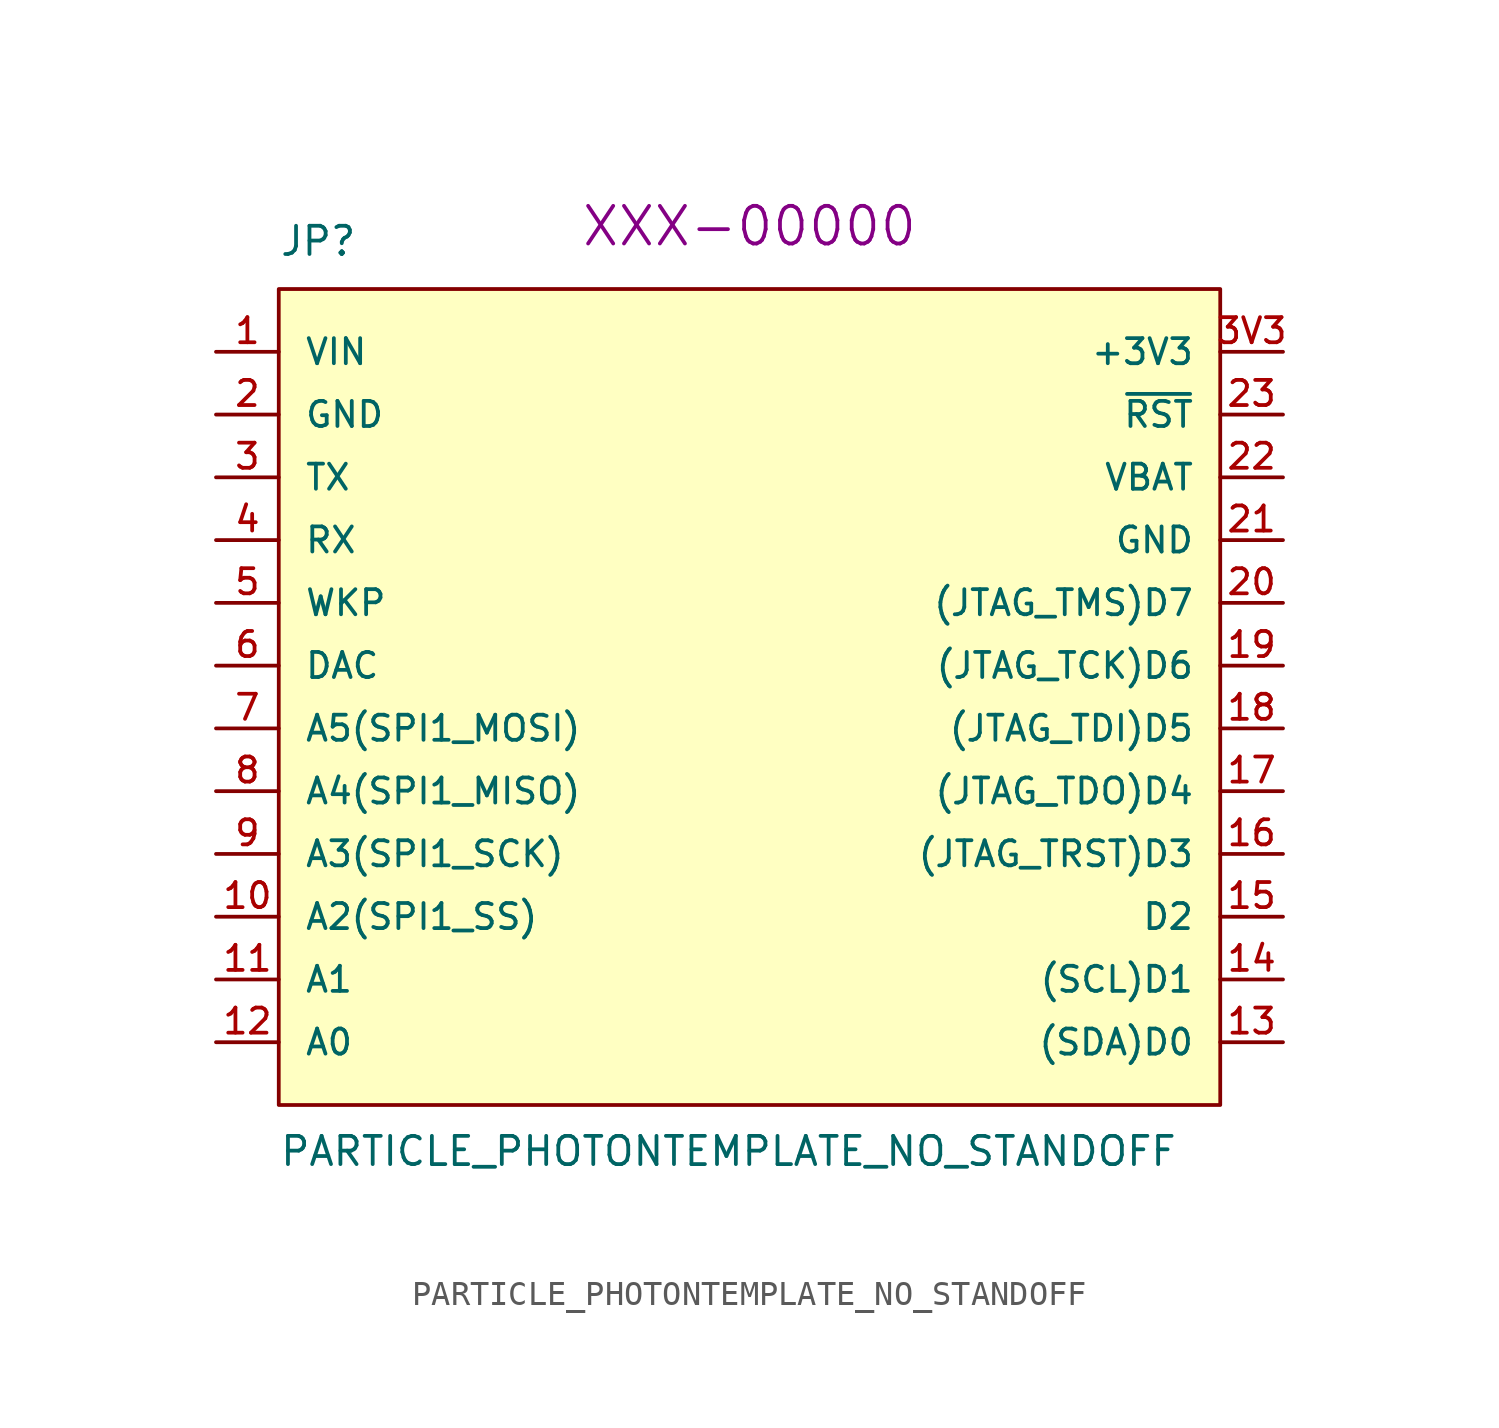
<source format=kicad_sym>
(kicad_symbol_lib
  (version 20211014)
  (generator kicad_symbol_editor)
  (symbol "PARTICLE_PHOTONTEMPLATE_NO_STANDOFF"
    (pin_names
      (offset 1.016))
    (property "Reference" "JP"
      (at -19.05 17.78 0)
      (effects (font (size 1.143 1.143)) (justify left bottom)))
    (property "Value" "PARTICLE_PHOTONTEMPLATE_NO_STANDOFF"
      (at -19.05 -19.05 0)
      (effects (font (size 1.143 1.143)) (justify left bottom)))
    (property "Field4" "XXX-00000"
      (at 0 19.05 0)
      (effects (font (size 1.524 1.524))))
    (property "ki_locked" ""
      (at 0 0 0)
      (effects (font (size 1.27 1.27))))
    (symbol "PARTICLE_PHOTONTEMPLATE_NO_STANDOFF_1_1"
      (polyline (pts (xy -19.05 16.51) (xy -19.05 -16.51) (xy 19.05 -16.51) (xy 19.05 16.51) (xy -19.05 16.51)) (stroke (width 0) (type default) (color 0 0 0 0)) (fill (type background)))
      (pin power_in line (at -21.59 13.97 0) (length 2.54) (name "VIN" (effects (font (size 1.016 1.016)))) (number "1" (effects (font (size 1.016 1.016)))))
      (pin bidirectional line (at -21.59 -8.89 0) (length 2.54) (name "A2(SPI1_SS)" (effects (font (size 1.016 1.016)))) (number "10" (effects (font (size 1.016 1.016)))))
      (pin bidirectional line (at -21.59 -11.43 0) (length 2.54) (name "A1" (effects (font (size 1.016 1.016)))) (number "11" (effects (font (size 1.016 1.016)))))
      (pin bidirectional line (at -21.59 -13.97 0) (length 2.54) (name "A0" (effects (font (size 1.016 1.016)))) (number "12" (effects (font (size 1.016 1.016)))))
      (pin bidirectional line (at 21.59 -13.97 180) (length 2.54) (name "(SDA)D0" (effects (font (size 1.016 1.016)))) (number "13" (effects (font (size 1.016 1.016)))))
      (pin bidirectional line (at 21.59 -11.43 180) (length 2.54) (name "(SCL)D1" (effects (font (size 1.016 1.016)))) (number "14" (effects (font (size 1.016 1.016)))))
      (pin bidirectional line (at 21.59 -8.89 180) (length 2.54) (name "D2" (effects (font (size 1.016 1.016)))) (number "15" (effects (font (size 1.016 1.016)))))
      (pin bidirectional line (at 21.59 -6.35 180) (length 2.54) (name "(JTAG_TRST)D3" (effects (font (size 1.016 1.016)))) (number "16" (effects (font (size 1.016 1.016)))))
      (pin bidirectional line (at 21.59 -3.81 180) (length 2.54) (name "(JTAG_TDO)D4" (effects (font (size 1.016 1.016)))) (number "17" (effects (font (size 1.016 1.016)))))
      (pin bidirectional line (at 21.59 -1.27 180) (length 2.54) (name "(JTAG_TDI)D5" (effects (font (size 1.016 1.016)))) (number "18" (effects (font (size 1.016 1.016)))))
      (pin bidirectional line (at 21.59 1.27 180) (length 2.54) (name "(JTAG_TCK)D6" (effects (font (size 1.016 1.016)))) (number "19" (effects (font (size 1.016 1.016)))))
      (pin power_in line (at -21.59 11.43 0) (length 2.54) (name "GND" (effects (font (size 1.016 1.016)))) (number "2" (effects (font (size 1.016 1.016)))))
      (pin bidirectional line (at 21.59 3.81 180) (length 2.54) (name "(JTAG_TMS)D7" (effects (font (size 1.016 1.016)))) (number "20" (effects (font (size 1.016 1.016)))))
      (pin power_in line (at 21.59 6.35 180) (length 2.54) (name "GND" (effects (font (size 1.016 1.016)))) (number "21" (effects (font (size 1.016 1.016)))))
      (pin power_in line (at 21.59 8.89 180) (length 2.54) (name "VBAT" (effects (font (size 1.016 1.016)))) (number "22" (effects (font (size 1.016 1.016)))))
      (pin bidirectional line (at 21.59 11.43 180) (length 2.54) (name "~{RST}" (effects (font (size 1.016 1.016)))) (number "23" (effects (font (size 1.016 1.016)))))
      (pin power_in line (at 21.59 13.97 180) (length 2.54) hide (name "+3V3" (effects (font (size 1.016 1.016)))) (number "24" (effects (font (size 1.016 1.016)))))
      (pin bidirectional line (at -21.59 8.89 0) (length 2.54) (name "TX" (effects (font (size 1.016 1.016)))) (number "3" (effects (font (size 1.016 1.016)))))
      (pin power_in line (at 21.59 13.97 180) (length 2.54) (name "+3V3" (effects (font (size 1.016 1.016)))) (number "3V3" (effects (font (size 1.016 1.016)))))
      (pin bidirectional line (at -21.59 6.35 0) (length 2.54) (name "RX" (effects (font (size 1.016 1.016)))) (number "4" (effects (font (size 1.016 1.016)))))
      (pin bidirectional line (at -21.59 3.81 0) (length 2.54) (name "WKP" (effects (font (size 1.016 1.016)))) (number "5" (effects (font (size 1.016 1.016)))))
      (pin bidirectional line (at -21.59 1.27 0) (length 2.54) (name "DAC" (effects (font (size 1.016 1.016)))) (number "6" (effects (font (size 1.016 1.016)))))
      (pin bidirectional line (at -21.59 -1.27 0) (length 2.54) (name "A5(SPI1_MOSI)" (effects (font (size 1.016 1.016)))) (number "7" (effects (font (size 1.016 1.016)))))
      (pin bidirectional line (at -21.59 -3.81 0) (length 2.54) (name "A4(SPI1_MISO)" (effects (font (size 1.016 1.016)))) (number "8" (effects (font (size 1.016 1.016)))))
      (pin bidirectional line (at -21.59 -6.35 0) (length 2.54) (name "A3(SPI1_SCK)" (effects (font (size 1.016 1.016)))) (number "9" (effects (font (size 1.016 1.016)))))
      (pin bidirectional line (at -21.59 -13.97 0) (length 2.54) hide (name "A0" (effects (font (size 1.016 1.016)))) (number "A0" (effects (font (size 1.016 1.016)))))
      (pin bidirectional line (at -21.59 -11.43 0) (length 2.54) hide (name "A1" (effects (font (size 1.016 1.016)))) (number "A1" (effects (font (size 1.016 1.016)))))
      (pin bidirectional line (at -21.59 -8.89 0) (length 2.54) hide (name "A2(SPI1_SS)" (effects (font (size 1.016 1.016)))) (number "A2" (effects (font (size 1.016 1.016)))))
      (pin bidirectional line (at -21.59 -6.35 0) (length 2.54) hide (name "A3(SPI1_SCK)" (effects (font (size 1.016 1.016)))) (number "A3" (effects (font (size 1.016 1.016)))))
      (pin bidirectional line (at -21.59 -3.81 0) (length 2.54) hide (name "A4(SPI1_MISO)" (effects (font (size 1.016 1.016)))) (number "A4" (effects (font (size 1.016 1.016)))))
      (pin bidirectional line (at -21.59 -1.27 0) (length 2.54) hide (name "A5(SPI1_MOSI)" (effects (font (size 1.016 1.016)))) (number "A5" (effects (font (size 1.016 1.016)))))
      (pin bidirectional line (at 21.59 -13.97 180) (length 2.54) hide (name "(SDA)D0" (effects (font (size 1.016 1.016)))) (number "D0" (effects (font (size 1.016 1.016)))))
      (pin bidirectional line (at 21.59 -11.43 180) (length 2.54) hide (name "(SCL)D1" (effects (font (size 1.016 1.016)))) (number "D1" (effects (font (size 1.016 1.016)))))
      (pin bidirectional line (at 21.59 -8.89 180) (length 2.54) hide (name "D2" (effects (font (size 1.016 1.016)))) (number "D2" (effects (font (size 1.016 1.016)))))
      (pin bidirectional line (at 21.59 -6.35 180) (length 2.54) hide (name "(JTAG_TRST)D3" (effects (font (size 1.016 1.016)))) (number "D3" (effects (font (size 1.016 1.016)))))
      (pin bidirectional line (at 21.59 -3.81 180) (length 2.54) hide (name "(JTAG_TDO)D4" (effects (font (size 1.016 1.016)))) (number "D4" (effects (font (size 1.016 1.016)))))
      (pin bidirectional line (at 21.59 -1.27 180) (length 2.54) hide (name "(JTAG_TDI)D5" (effects (font (size 1.016 1.016)))) (number "D5" (effects (font (size 1.016 1.016)))))
      (pin bidirectional line (at 21.59 1.27 180) (length 2.54) hide (name "(JTAG_TCK)D6" (effects (font (size 1.016 1.016)))) (number "D6" (effects (font (size 1.016 1.016)))))
      (pin bidirectional line (at 21.59 3.81 180) (length 2.54) hide (name "(JTAG_TMS)D7" (effects (font (size 1.016 1.016)))) (number "D7" (effects (font (size 1.016 1.016)))))
      (pin bidirectional line (at -21.59 1.27 0) (length 2.54) hide (name "DAC" (effects (font (size 1.016 1.016)))) (number "DAC" (effects (font (size 1.016 1.016)))))
      (pin power_in line (at -21.59 11.43 0) (length 2.54) hide (name "GND" (effects (font (size 1.016 1.016)))) (number "GND@" (effects (font (size 1.016 1.016)))))
      (pin power_in line (at 21.59 6.35 180) (length 2.54) hide (name "GND" (effects (font (size 1.016 1.016)))) (number "GND@" (effects (font (size 1.016 1.016)))))
      (pin bidirectional line (at 21.59 11.43 180) (length 2.54) hide (name "~{RST}" (effects (font (size 1.016 1.016)))) (number "RST" (effects (font (size 1.016 1.016)))))
      (pin bidirectional line (at -21.59 6.35 0) (length 2.54) hide (name "RX" (effects (font (size 1.016 1.016)))) (number "RX" (effects (font (size 1.016 1.016)))))
      (pin bidirectional line (at -21.59 8.89 0) (length 2.54) hide (name "TX" (effects (font (size 1.016 1.016)))) (number "TX" (effects (font (size 1.016 1.016)))))
      (pin power_in line (at 21.59 8.89 180) (length 2.54) hide (name "VBAT" (effects (font (size 1.016 1.016)))) (number "VBAT" (effects (font (size 1.016 1.016)))))
      (pin power_in line (at -21.59 13.97 0) (length 2.54) hide (name "VIN" (effects (font (size 1.016 1.016)))) (number "VIN" (effects (font (size 1.016 1.016)))))
      (pin bidirectional line (at -21.59 3.81 0) (length 2.54) hide (name "WKP" (effects (font (size 1.016 1.016)))) (number "WKP" (effects (font (size 1.016 1.016))))))))
</source>
